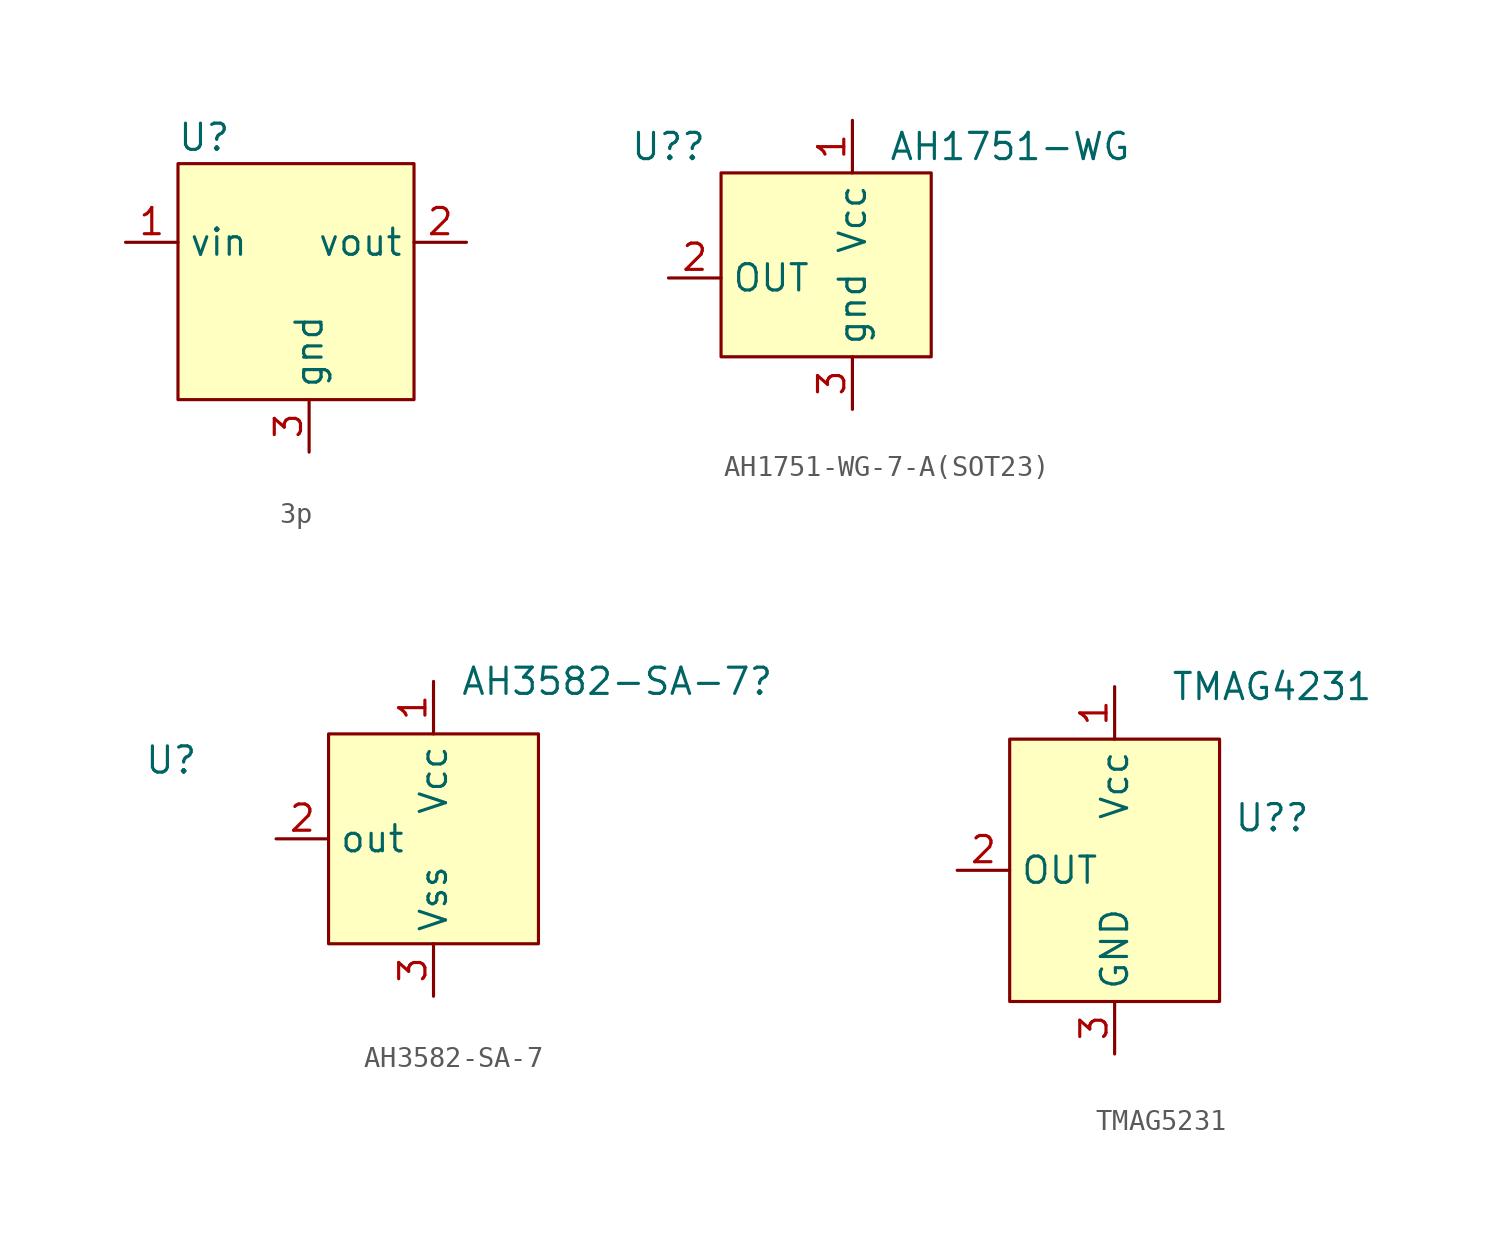
<source format=kicad_sym>
(kicad_symbol_lib
  (version 20220914)
  (generator kicad_symbol_editor)
  (symbol "3p"
    (property "Reference" "U"
      (at 1.27 1.27 0)
      (effects (font (size 1.27 1.27))))
    (property "Value" ""
      (at 0 0 0)
      (effects (font (size 1.27 1.27))))
    (symbol "3p_1_1"
      (rectangle (start 0 0) (end 11.43 -11.43) (stroke (width 0) (type default)) (fill (type background)))
      (pin input line (at -2.54 -3.81 0) (length 2.54) (name "vin" (effects (font (size 1.27 1.27)))) (number "1" (effects (font (size 1.27 1.27)))))
      (pin output line (at 13.97 -3.81 180) (length 2.54) (name "vout" (effects (font (size 1.27 1.27)))) (number "2" (effects (font (size 1.27 1.27)))))
      (pin output line (at 6.35 -13.97 90) (length 2.54) (name "gnd" (effects (font (size 1.27 1.27)))) (number "3" (effects (font (size 1.27 1.27)))))))
  (symbol "AH1751-WG-7-A(SOT23)"
    (property "Reference" "U?"
      (at -2.54 1.27 0)
      (effects (font (size 1.27 1.27))))
    (property "Value" "AH1751-WG"
      (at 13.97 1.27 0)
      (effects (font (size 1.27 1.27))))
    (symbol "AH1751-WG-7-A(SOT23)_1_1"
      (rectangle (start 0 0) (end 10.16 -8.89) (stroke (width 0) (type default)) (fill (type background)))
      (pin power_in line (at 6.35 2.54 270) (length 2.54) (name "Vcc" (effects (font (size 1.27 1.27)))) (number "1" (effects (font (size 1.27 1.27)))))
      (pin output line (at -2.54 -5.08 0) (length 2.54) (name "OUT" (effects (font (size 1.27 1.27)))) (number "2" (effects (font (size 1.27 1.27)))))
      (pin power_in line (at 6.35 -11.43 90) (length 2.54) (name "gnd" (effects (font (size 1.27 1.27)))) (number "3" (effects (font (size 1.27 1.27)))))))
  (symbol "AH3582-SA-7"
    (property "Reference" "AH3582-SA-7"
      (at 13.97 2.54 0)
      (effects (font (size 1.27 1.27))))
    (property "Value" "U?"
      (at -7.62 -1.27 0)
      (effects (font (size 1.27 1.27))))
    (symbol "AH3582-SA-7_1_1"
      (rectangle (start 0 0) (end 10.16 -10.16) (stroke (width 0) (type default)) (fill (type background)))
      (pin power_in line (at 5.08 2.54 270) (length 2.54) (name "Vcc" (effects (font (size 1.27 1.27)))) (number "1" (effects (font (size 1.27 1.27)))))
      (pin output line (at -2.54 -5.08 0) (length 2.54) (name "out" (effects (font (size 1.27 1.27)))) (number "2" (effects (font (size 1.27 1.27)))))
      (pin power_in line (at 5.08 -12.7 90) (length 2.54) (name "Vss" (effects (font (size 1.27 1.27)))) (number "3" (effects (font (size 1.27 1.27)))))))
  (symbol "TMAG5231"
    (property "Reference" "U?"
      (at 12.7 -3.81 0)
      (effects (font (size 1.27 1.27))))
    (property "Value" "TMAG4231"
      (at 12.7 2.54 0)
      (effects (font (size 1.27 1.27))))
    (symbol "TMAG5231_1_1"
      (rectangle (start 0 0) (end 10.16 -12.7) (stroke (width 0) (type default)) (fill (type background)))
      (pin power_in line (at 5.08 2.54 270) (length 2.54) (name "Vcc" (effects (font (size 1.27 1.27)))) (number "1" (effects (font (size 1.27 1.27)))))
      (pin output line (at -2.54 -6.35 0) (length 2.54) (name "OUT" (effects (font (size 1.27 1.27)))) (number "2" (effects (font (size 1.27 1.27)))))
      (pin power_in line (at 5.08 -15.24 90) (length 2.54) (name "GND" (effects (font (size 1.27 1.27)))) (number "3" (effects (font (size 1.27 1.27))))))))
</source>
